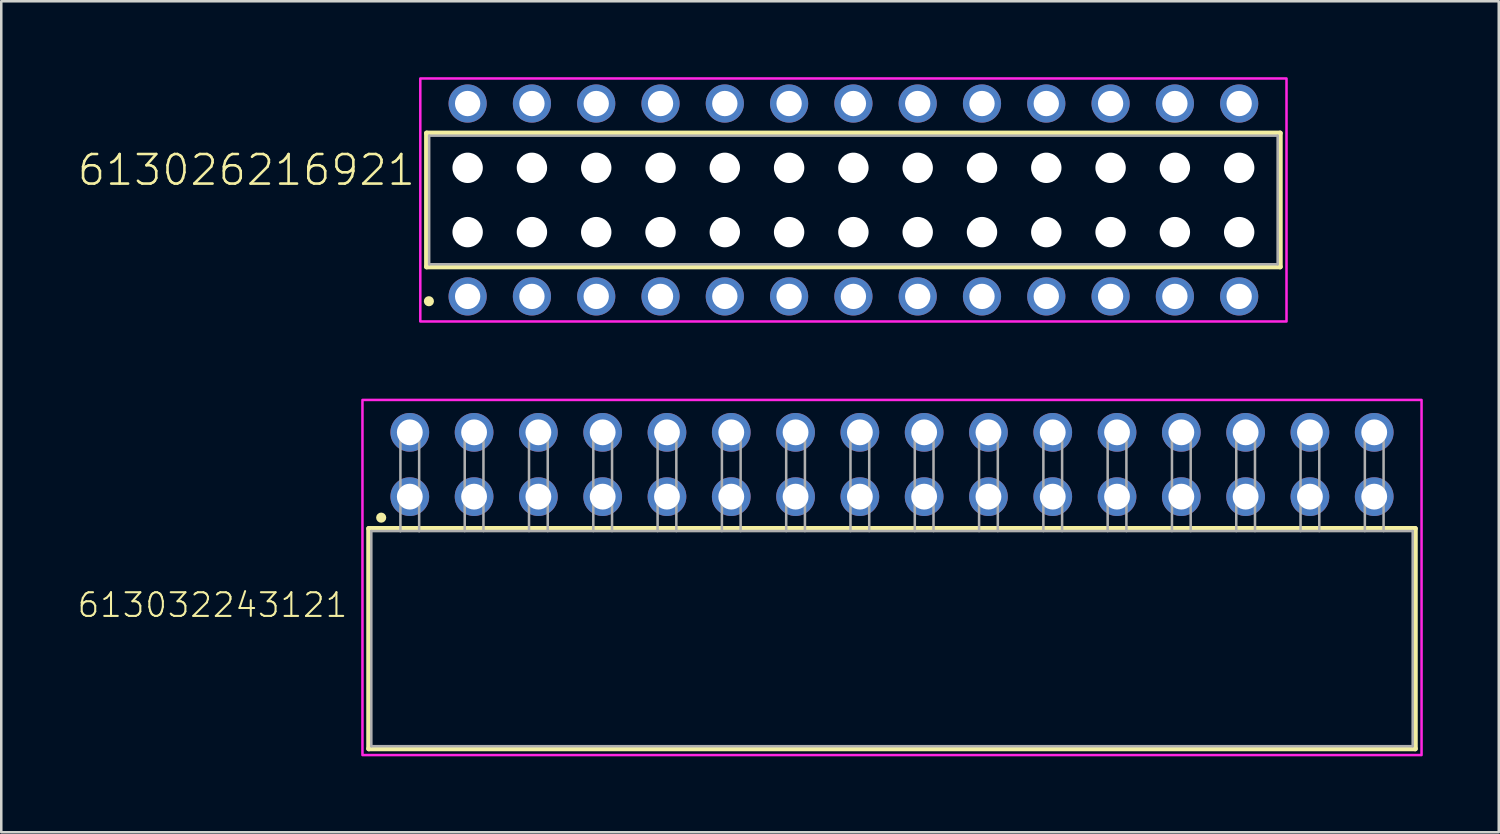
<source format=kicad_pcb>
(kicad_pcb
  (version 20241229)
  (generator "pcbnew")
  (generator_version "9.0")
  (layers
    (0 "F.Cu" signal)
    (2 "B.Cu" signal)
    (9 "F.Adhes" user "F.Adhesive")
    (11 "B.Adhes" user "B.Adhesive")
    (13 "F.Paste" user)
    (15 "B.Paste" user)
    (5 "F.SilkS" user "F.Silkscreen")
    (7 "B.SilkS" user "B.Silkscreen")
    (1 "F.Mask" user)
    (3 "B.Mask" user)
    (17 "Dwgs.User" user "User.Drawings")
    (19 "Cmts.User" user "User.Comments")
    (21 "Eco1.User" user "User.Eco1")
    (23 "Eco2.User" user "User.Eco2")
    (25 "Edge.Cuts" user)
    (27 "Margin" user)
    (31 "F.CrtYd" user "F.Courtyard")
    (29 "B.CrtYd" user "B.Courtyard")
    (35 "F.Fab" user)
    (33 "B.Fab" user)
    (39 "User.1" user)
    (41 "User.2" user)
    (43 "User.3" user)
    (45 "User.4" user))
  (footprint "613026216921"
    (layer "F.Cu")
    (at 30.664 4.85)
    (property "Reference" "613026216921" (at -17.24 -0.5 0) (unlocked yes) (layer "F.SilkS") (effects (font (size 1.168 1.168) (thickness 0.102)) (justify right bottom)))
    (fp_line (start -16.86 -2.64) (end 16.86 -2.64) (stroke (width 0.2) (type solid)) (layer "F.SilkS"))
    (fp_line (start -16.86 2.64) (end -16.86 -2.64) (stroke (width 0.2) (type solid)) (layer "F.SilkS"))
    (fp_line (start 16.86 -2.64) (end 16.86 2.64) (stroke (width 0.2) (type solid)) (layer "F.SilkS"))
    (fp_line (start 16.86 2.64) (end -16.86 2.64) (stroke (width 0.2) (type solid)) (layer "F.SilkS"))
    (fp_circle (center -16.77 4) (end -16.67 4) (stroke (width 0.2) (type solid)) (fill no) (layer "F.SilkS"))
    (fp_poly (pts (xy 17.11 4.8) (xy -17.11 4.8) (xy -17.11 -4.8) (xy 17.11 -4.8)) (stroke (width 0.1) (type default)) (fill no) (layer "F.CrtYd"))
    (fp_line (start -16.76 -2.54) (end -16.76 2.54) (stroke (width 0.1) (type solid)) (layer "F.Fab"))
    (fp_line (start -16.76 2.54) (end 16.76 2.54) (stroke (width 0.1) (type solid)) (layer "F.Fab"))
    (fp_line (start 16.76 -2.54) (end -16.76 -2.54) (stroke (width 0.1) (type solid)) (layer "F.Fab"))
    (fp_line (start 16.76 2.54) (end 16.76 -2.54) (stroke (width 0.1) (type solid)) (layer "F.Fab"))
    (pad "" np_thru_hole circle (at -15.24 -1.27) (size 1.2 1.2) (drill 1.2) (layers "*.Cu" "*.Mask"))
    (pad "" np_thru_hole circle (at -15.24 1.27) (size 1.2 1.2) (drill 1.2) (layers "*.Cu" "*.Mask"))
    (pad "" np_thru_hole circle (at -12.7 -1.27) (size 1.2 1.2) (drill 1.2) (layers "*.Cu" "*.Mask"))
    (pad "" np_thru_hole circle (at -12.7 1.27) (size 1.2 1.2) (drill 1.2) (layers "*.Cu" "*.Mask"))
    (pad "" np_thru_hole circle (at -10.16 -1.27) (size 1.2 1.2) (drill 1.2) (layers "*.Cu" "*.Mask"))
    (pad "" np_thru_hole circle (at -10.16 1.27) (size 1.2 1.2) (drill 1.2) (layers "*.Cu" "*.Mask"))
    (pad "" np_thru_hole circle (at -7.62 -1.27) (size 1.2 1.2) (drill 1.2) (layers "*.Cu" "*.Mask"))
    (pad "" np_thru_hole circle (at -7.62 1.27) (size 1.2 1.2) (drill 1.2) (layers "*.Cu" "*.Mask"))
    (pad "" np_thru_hole circle (at -5.08 -1.27) (size 1.2 1.2) (drill 1.2) (layers "*.Cu" "*.Mask"))
    (pad "" np_thru_hole circle (at -5.08 1.27) (size 1.2 1.2) (drill 1.2) (layers "*.Cu" "*.Mask"))
    (pad "" np_thru_hole circle (at -2.54 -1.27) (size 1.2 1.2) (drill 1.2) (layers "*.Cu" "*.Mask"))
    (pad "" np_thru_hole circle (at -2.54 1.27) (size 1.2 1.2) (drill 1.2) (layers "*.Cu" "*.Mask"))
    (pad "" np_thru_hole circle (at 0 -1.27) (size 1.2 1.2) (drill 1.2) (layers "*.Cu" "*.Mask"))
    (pad "" np_thru_hole circle (at 0 1.27) (size 1.2 1.2) (drill 1.2) (layers "*.Cu" "*.Mask"))
    (pad "" np_thru_hole circle (at 2.54 -1.27) (size 1.2 1.2) (drill 1.2) (layers "*.Cu" "*.Mask"))
    (pad "" np_thru_hole circle (at 2.54 1.27) (size 1.2 1.2) (drill 1.2) (layers "*.Cu" "*.Mask"))
    (pad "" np_thru_hole circle (at 5.08 -1.27) (size 1.2 1.2) (drill 1.2) (layers "*.Cu" "*.Mask"))
    (pad "" np_thru_hole circle (at 5.08 1.27) (size 1.2 1.2) (drill 1.2) (layers "*.Cu" "*.Mask"))
    (pad "" np_thru_hole circle (at 7.62 -1.27) (size 1.2 1.2) (drill 1.2) (layers "*.Cu" "*.Mask"))
    (pad "" np_thru_hole circle (at 7.62 1.27) (size 1.2 1.2) (drill 1.2) (layers "*.Cu" "*.Mask"))
    (pad "" np_thru_hole circle (at 10.16 -1.27) (size 1.2 1.2) (drill 1.2) (layers "*.Cu" "*.Mask"))
    (pad "" np_thru_hole circle (at 10.16 1.27) (size 1.2 1.2) (drill 1.2) (layers "*.Cu" "*.Mask"))
    (pad "" np_thru_hole circle (at 12.7 -1.27) (size 1.2 1.2) (drill 1.2) (layers "*.Cu" "*.Mask"))
    (pad "" np_thru_hole circle (at 12.7 1.27) (size 1.2 1.2) (drill 1.2) (layers "*.Cu" "*.Mask"))
    (pad "" np_thru_hole circle (at 15.24 -1.27) (size 1.2 1.2) (drill 1.2) (layers "*.Cu" "*.Mask"))
    (pad "" np_thru_hole circle (at 15.24 1.27) (size 1.2 1.2) (drill 1.2) (layers "*.Cu" "*.Mask"))
    (pad "1" thru_hole circle (at -15.24 3.81) (size 1.508 1.508) (drill 1) (layers "*.Cu" "*.Mask"))
    (pad "2" thru_hole circle (at -15.24 -3.81) (size 1.508 1.508) (drill 1) (layers "*.Cu" "*.Mask"))
    (pad "3" thru_hole circle (at -12.7 3.81) (size 1.508 1.508) (drill 1) (layers "*.Cu" "*.Mask"))
    (pad "4" thru_hole circle (at -12.7 -3.81) (size 1.508 1.508) (drill 1) (layers "*.Cu" "*.Mask"))
    (pad "5" thru_hole circle (at -10.16 3.81) (size 1.508 1.508) (drill 1) (layers "*.Cu" "*.Mask"))
    (pad "6" thru_hole circle (at -10.16 -3.81) (size 1.508 1.508) (drill 1) (layers "*.Cu" "*.Mask"))
    (pad "7" thru_hole circle (at -7.62 3.81) (size 1.508 1.508) (drill 1) (layers "*.Cu" "*.Mask"))
    (pad "8" thru_hole circle (at -7.62 -3.81) (size 1.508 1.508) (drill 1) (layers "*.Cu" "*.Mask"))
    (pad "9" thru_hole circle (at -5.08 3.81) (size 1.508 1.508) (drill 1) (layers "*.Cu" "*.Mask"))
    (pad "10" thru_hole circle (at -5.08 -3.81) (size 1.508 1.508) (drill 1) (layers "*.Cu" "*.Mask"))
    (pad "11" thru_hole circle (at -2.54 3.81) (size 1.508 1.508) (drill 1) (layers "*.Cu" "*.Mask"))
    (pad "12" thru_hole circle (at -2.54 -3.81) (size 1.508 1.508) (drill 1) (layers "*.Cu" "*.Mask"))
    (pad "13" thru_hole circle (at 0 3.81) (size 1.508 1.508) (drill 1) (layers "*.Cu" "*.Mask"))
    (pad "14" thru_hole circle (at 0 -3.81) (size 1.508 1.508) (drill 1) (layers "*.Cu" "*.Mask"))
    (pad "15" thru_hole circle (at 2.54 3.81) (size 1.508 1.508) (drill 1) (layers "*.Cu" "*.Mask"))
    (pad "16" thru_hole circle (at 2.54 -3.81) (size 1.508 1.508) (drill 1) (layers "*.Cu" "*.Mask"))
    (pad "17" thru_hole circle (at 5.08 3.81) (size 1.508 1.508) (drill 1) (layers "*.Cu" "*.Mask"))
    (pad "18" thru_hole circle (at 5.08 -3.81) (size 1.508 1.508) (drill 1) (layers "*.Cu" "*.Mask"))
    (pad "19" thru_hole circle (at 7.62 3.81) (size 1.508 1.508) (drill 1) (layers "*.Cu" "*.Mask"))
    (pad "20" thru_hole circle (at 7.62 -3.81) (size 1.508 1.508) (drill 1) (layers "*.Cu" "*.Mask"))
    (pad "21" thru_hole circle (at 10.16 3.81) (size 1.508 1.508) (drill 1) (layers "*.Cu" "*.Mask"))
    (pad "22" thru_hole circle (at 10.16 -3.81) (size 1.508 1.508) (drill 1) (layers "*.Cu" "*.Mask"))
    (pad "23" thru_hole circle (at 12.7 3.81) (size 1.508 1.508) (drill 1) (layers "*.Cu" "*.Mask"))
    (pad "24" thru_hole circle (at 12.7 -3.81) (size 1.508 1.508) (drill 1) (layers "*.Cu" "*.Mask"))
    (pad "25" thru_hole circle (at 15.24 3.81) (size 1.508 1.508) (drill 1) (layers "*.Cu" "*.Mask"))
    (pad "26" thru_hole circle (at 15.24 -3.81) (size 1.508 1.508) (drill 1) (layers "*.Cu" "*.Mask")))
  (footprint "613032243121"
    (layer "F.Cu")
    (at 32.189 22.18)
    (property "Reference" "613032243121" (at -21.45 -0.78 0) (unlocked yes) (layer "F.SilkS") (effects (font (size 0.935 0.935) (thickness 0.081)) (justify right bottom)))
    (fp_line (start -20.67 -4.35) (end 20.67 -4.35) (stroke (width 0.2) (type solid)) (layer "F.SilkS"))
    (fp_line (start -20.67 4.35) (end -20.67 -4.35) (stroke (width 0.2) (type solid)) (layer "F.SilkS"))
    (fp_line (start 20.67 -4.35) (end 20.67 4.35) (stroke (width 0.2) (type solid)) (layer "F.SilkS"))
    (fp_line (start 20.67 4.35) (end -20.67 4.35) (stroke (width 0.2) (type solid)) (layer "F.SilkS"))
    (fp_circle (center -20.18 -4.78) (end -20.08 -4.78) (stroke (width 0.2) (type solid)) (fill no) (layer "F.SilkS"))
    (fp_poly (pts (xy 20.92 4.6) (xy -20.92 4.6) (xy -20.92 -9.43) (xy 20.92 -9.43)) (stroke (width 0.1) (type default)) (fill no) (layer "F.CrtYd"))
    (fp_line (start -20.57 -4.25) (end -20.57 4.25) (stroke (width 0.1) (type solid)) (layer "F.Fab"))
    (fp_line (start -19.42 -8.35) (end -18.68 -8.35) (stroke (width 0.1) (type solid)) (layer "F.Fab"))
    (fp_line (start -19.42 -4.25) (end -20.57 -4.25) (stroke (width 0.1) (type solid)) (layer "F.Fab"))
    (fp_line (start -19.42 -4.25) (end -19.42 -8.35) (stroke (width 0.1) (type solid)) (layer "F.Fab"))
    (fp_line (start -18.68 -8.35) (end -18.68 -4.25) (stroke (width 0.1) (type solid)) (layer "F.Fab"))
    (fp_line (start -18.68 -4.25) (end -19.42 -4.25) (stroke (width 0.1) (type solid)) (layer "F.Fab"))
    (fp_line (start -16.88 -8.35) (end -16.14 -8.35) (stroke (width 0.1) (type solid)) (layer "F.Fab"))
    (fp_line (start -16.88 -4.25) (end -16.88 -8.35) (stroke (width 0.1) (type solid)) (layer "F.Fab"))
    (fp_line (start -16.14 -8.35) (end -16.14 -4.25) (stroke (width 0.1) (type solid)) (layer "F.Fab"))
    (fp_line (start -14.34 -8.35) (end -13.6 -8.35) (stroke (width 0.1) (type solid)) (layer "F.Fab"))
    (fp_line (start -14.34 -4.25) (end -14.34 -8.35) (stroke (width 0.1) (type solid)) (layer "F.Fab"))
    (fp_line (start -13.6 -8.35) (end -13.6 -4.25) (stroke (width 0.1) (type solid)) (layer "F.Fab"))
    (fp_line (start -11.8 -8.35) (end -11.06 -8.35) (stroke (width 0.1) (type solid)) (layer "F.Fab"))
    (fp_line (start -11.8 -4.25) (end -11.8 -8.35) (stroke (width 0.1) (type solid)) (layer "F.Fab"))
    (fp_line (start -11.06 -8.35) (end -11.06 -4.25) (stroke (width 0.1) (type solid)) (layer "F.Fab"))
    (fp_line (start -9.26 -8.35) (end -8.52 -8.35) (stroke (width 0.1) (type solid)) (layer "F.Fab"))
    (fp_line (start -9.26 -4.25) (end -9.26 -8.35) (stroke (width 0.1) (type solid)) (layer "F.Fab"))
    (fp_line (start -8.52 -8.35) (end -8.52 -4.25) (stroke (width 0.1) (type solid)) (layer "F.Fab"))
    (fp_line (start -6.72 -8.35) (end -5.98 -8.35) (stroke (width 0.1) (type solid)) (layer "F.Fab"))
    (fp_line (start -6.72 -4.25) (end -6.72 -8.35) (stroke (width 0.1) (type solid)) (layer "F.Fab"))
    (fp_line (start -5.98 -8.35) (end -5.98 -4.25) (stroke (width 0.1) (type solid)) (layer "F.Fab"))
    (fp_line (start -4.18 -8.35) (end -3.44 -8.35) (stroke (width 0.1) (type solid)) (layer "F.Fab"))
    (fp_line (start -4.18 -4.25) (end -4.18 -8.35) (stroke (width 0.1) (type solid)) (layer "F.Fab"))
    (fp_line (start -3.44 -8.35) (end -3.44 -4.25) (stroke (width 0.1) (type solid)) (layer "F.Fab"))
    (fp_line (start -1.64 -8.35) (end -0.9 -8.35) (stroke (width 0.1) (type solid)) (layer "F.Fab"))
    (fp_line (start -1.64 -4.25) (end -1.64 -8.35) (stroke (width 0.1) (type solid)) (layer "F.Fab"))
    (fp_line (start -0.9 -8.35) (end -0.9 -4.25) (stroke (width 0.1) (type solid)) (layer "F.Fab"))
    (fp_line (start 0.9 -8.35) (end 1.64 -8.35) (stroke (width 0.1) (type solid)) (layer "F.Fab"))
    (fp_line (start 0.9 -4.25) (end 0.9 -8.35) (stroke (width 0.1) (type solid)) (layer "F.Fab"))
    (fp_line (start 1.64 -8.35) (end 1.64 -4.25) (stroke (width 0.1) (type solid)) (layer "F.Fab"))
    (fp_line (start 3.44 -8.35) (end 4.18 -8.35) (stroke (width 0.1) (type solid)) (layer "F.Fab"))
    (fp_line (start 3.44 -4.25) (end 3.44 -8.35) (stroke (width 0.1) (type solid)) (layer "F.Fab"))
    (fp_line (start 4.18 -8.35) (end 4.18 -4.25) (stroke (width 0.1) (type solid)) (layer "F.Fab"))
    (fp_line (start 5.98 -8.35) (end 6.72 -8.35) (stroke (width 0.1) (type solid)) (layer "F.Fab"))
    (fp_line (start 5.98 -4.25) (end 5.98 -8.35) (stroke (width 0.1) (type solid)) (layer "F.Fab"))
    (fp_line (start 6.72 -8.35) (end 6.72 -4.25) (stroke (width 0.1) (type solid)) (layer "F.Fab"))
    (fp_line (start 8.52 -8.35) (end 9.26 -8.35) (stroke (width 0.1) (type solid)) (layer "F.Fab"))
    (fp_line (start 8.52 -4.25) (end 8.52 -8.35) (stroke (width 0.1) (type solid)) (layer "F.Fab"))
    (fp_line (start 9.26 -8.35) (end 9.26 -4.25) (stroke (width 0.1) (type solid)) (layer "F.Fab"))
    (fp_line (start 11.06 -8.35) (end 11.8 -8.35) (stroke (width 0.1) (type solid)) (layer "F.Fab"))
    (fp_line (start 11.06 -4.25) (end 11.06 -8.35) (stroke (width 0.1) (type solid)) (layer "F.Fab"))
    (fp_line (start 11.8 -8.35) (end 11.8 -4.25) (stroke (width 0.1) (type solid)) (layer "F.Fab"))
    (fp_line (start 13.6 -8.35) (end 14.34 -8.35) (stroke (width 0.1) (type solid)) (layer "F.Fab"))
    (fp_line (start 13.6 -4.25) (end 13.6 -8.35) (stroke (width 0.1) (type solid)) (layer "F.Fab"))
    (fp_line (start 14.34 -8.35) (end 14.34 -4.25) (stroke (width 0.1) (type solid)) (layer "F.Fab"))
    (fp_line (start 16.14 -8.35) (end 16.88 -8.35) (stroke (width 0.1) (type solid)) (layer "F.Fab"))
    (fp_line (start 16.14 -4.25) (end 16.14 -8.35) (stroke (width 0.1) (type solid)) (layer "F.Fab"))
    (fp_line (start 16.88 -8.35) (end 16.88 -4.25) (stroke (width 0.1) (type solid)) (layer "F.Fab"))
    (fp_line (start 18.68 -8.35) (end 19.42 -8.35) (stroke (width 0.1) (type solid)) (layer "F.Fab"))
    (fp_line (start 18.68 -4.25) (end 18.68 -8.35) (stroke (width 0.1) (type solid)) (layer "F.Fab"))
    (fp_line (start 19.42 -8.35) (end 19.42 -4.25) (stroke (width 0.1) (type solid)) (layer "F.Fab"))
    (fp_line (start 20.57 -4.25) (end -18.68 -4.25) (stroke (width 0.1) (type solid)) (layer "F.Fab"))
    (fp_line (start 20.57 4.25) (end -20.57 4.25) (stroke (width 0.1) (type solid)) (layer "F.Fab"))
    (fp_line (start 20.57 4.25) (end 20.57 -4.25) (stroke (width 0.1) (type solid)) (layer "F.Fab"))
    (pad "1" thru_hole circle (at -19.05 -5.61 180) (size 1.53 1.53) (drill 1.02) (layers "*.Cu" "*.Mask"))
    (pad "2" thru_hole circle (at -19.05 -8.15 180) (size 1.53 1.53) (drill 1.02) (layers "*.Cu" "*.Mask"))
    (pad "3" thru_hole circle (at -16.51 -5.61 180) (size 1.53 1.53) (drill 1.02) (layers "*.Cu" "*.Mask"))
    (pad "4" thru_hole circle (at -16.51 -8.15 180) (size 1.53 1.53) (drill 1.02) (layers "*.Cu" "*.Mask"))
    (pad "5" thru_hole circle (at -13.97 -5.61 180) (size 1.53 1.53) (drill 1.02) (layers "*.Cu" "*.Mask"))
    (pad "6" thru_hole circle (at -13.97 -8.15 180) (size 1.53 1.53) (drill 1.02) (layers "*.Cu" "*.Mask"))
    (pad "7" thru_hole circle (at -11.43 -5.61 180) (size 1.53 1.53) (drill 1.02) (layers "*.Cu" "*.Mask"))
    (pad "8" thru_hole circle (at -11.43 -8.15 180) (size 1.53 1.53) (drill 1.02) (layers "*.Cu" "*.Mask"))
    (pad "9" thru_hole circle (at -8.89 -5.61 180) (size 1.53 1.53) (drill 1.02) (layers "*.Cu" "*.Mask"))
    (pad "10" thru_hole circle (at -8.89 -8.15 180) (size 1.53 1.53) (drill 1.02) (layers "*.Cu" "*.Mask"))
    (pad "11" thru_hole circle (at -6.35 -5.61 180) (size 1.53 1.53) (drill 1.02) (layers "*.Cu" "*.Mask"))
    (pad "12" thru_hole circle (at -6.35 -8.15 180) (size 1.53 1.53) (drill 1.02) (layers "*.Cu" "*.Mask"))
    (pad "13" thru_hole circle (at -3.81 -5.61 180) (size 1.53 1.53) (drill 1.02) (layers "*.Cu" "*.Mask"))
    (pad "14" thru_hole circle (at -3.81 -8.15 180) (size 1.53 1.53) (drill 1.02) (layers "*.Cu" "*.Mask"))
    (pad "15" thru_hole circle (at -1.27 -5.61 180) (size 1.53 1.53) (drill 1.02) (layers "*.Cu" "*.Mask"))
    (pad "16" thru_hole circle (at -1.27 -8.15 180) (size 1.53 1.53) (drill 1.02) (layers "*.Cu" "*.Mask"))
    (pad "17" thru_hole circle (at 1.27 -5.61 180) (size 1.53 1.53) (drill 1.02) (layers "*.Cu" "*.Mask"))
    (pad "18" thru_hole circle (at 1.27 -8.15 180) (size 1.53 1.53) (drill 1.02) (layers "*.Cu" "*.Mask"))
    (pad "19" thru_hole circle (at 3.81 -5.61 180) (size 1.53 1.53) (drill 1.02) (layers "*.Cu" "*.Mask"))
    (pad "20" thru_hole circle (at 3.81 -8.15 180) (size 1.53 1.53) (drill 1.02) (layers "*.Cu" "*.Mask"))
    (pad "21" thru_hole circle (at 6.35 -5.61 180) (size 1.53 1.53) (drill 1.02) (layers "*.Cu" "*.Mask"))
    (pad "22" thru_hole circle (at 6.35 -8.15 180) (size 1.53 1.53) (drill 1.02) (layers "*.Cu" "*.Mask"))
    (pad "23" thru_hole circle (at 8.89 -5.61 180) (size 1.53 1.53) (drill 1.02) (layers "*.Cu" "*.Mask"))
    (pad "24" thru_hole circle (at 8.89 -8.15 180) (size 1.53 1.53) (drill 1.02) (layers "*.Cu" "*.Mask"))
    (pad "25" thru_hole circle (at 11.43 -5.61 180) (size 1.53 1.53) (drill 1.02) (layers "*.Cu" "*.Mask"))
    (pad "26" thru_hole circle (at 11.43 -8.15 180) (size 1.53 1.53) (drill 1.02) (layers "*.Cu" "*.Mask"))
    (pad "27" thru_hole circle (at 13.97 -5.61 180) (size 1.53 1.53) (drill 1.02) (layers "*.Cu" "*.Mask"))
    (pad "28" thru_hole circle (at 13.97 -8.15 180) (size 1.53 1.53) (drill 1.02) (layers "*.Cu" "*.Mask"))
    (pad "29" thru_hole circle (at 16.51 -5.61 180) (size 1.53 1.53) (drill 1.02) (layers "*.Cu" "*.Mask"))
    (pad "30" thru_hole circle (at 16.51 -8.15 180) (size 1.53 1.53) (drill 1.02) (layers "*.Cu" "*.Mask"))
    (pad "31" thru_hole circle (at 19.05 -5.61 180) (size 1.53 1.53) (drill 1.02) (layers "*.Cu" "*.Mask"))
    (pad "32" thru_hole circle (at 19.05 -8.15 180) (size 1.53 1.53) (drill 1.02) (layers "*.Cu" "*.Mask")))
  (gr_rect
    (start -3 -3)
    (end 56.159 29.83)
    (stroke (width 0.1) (type default))
    (fill no)
    (layer "Edge.Cuts")))
</source>
